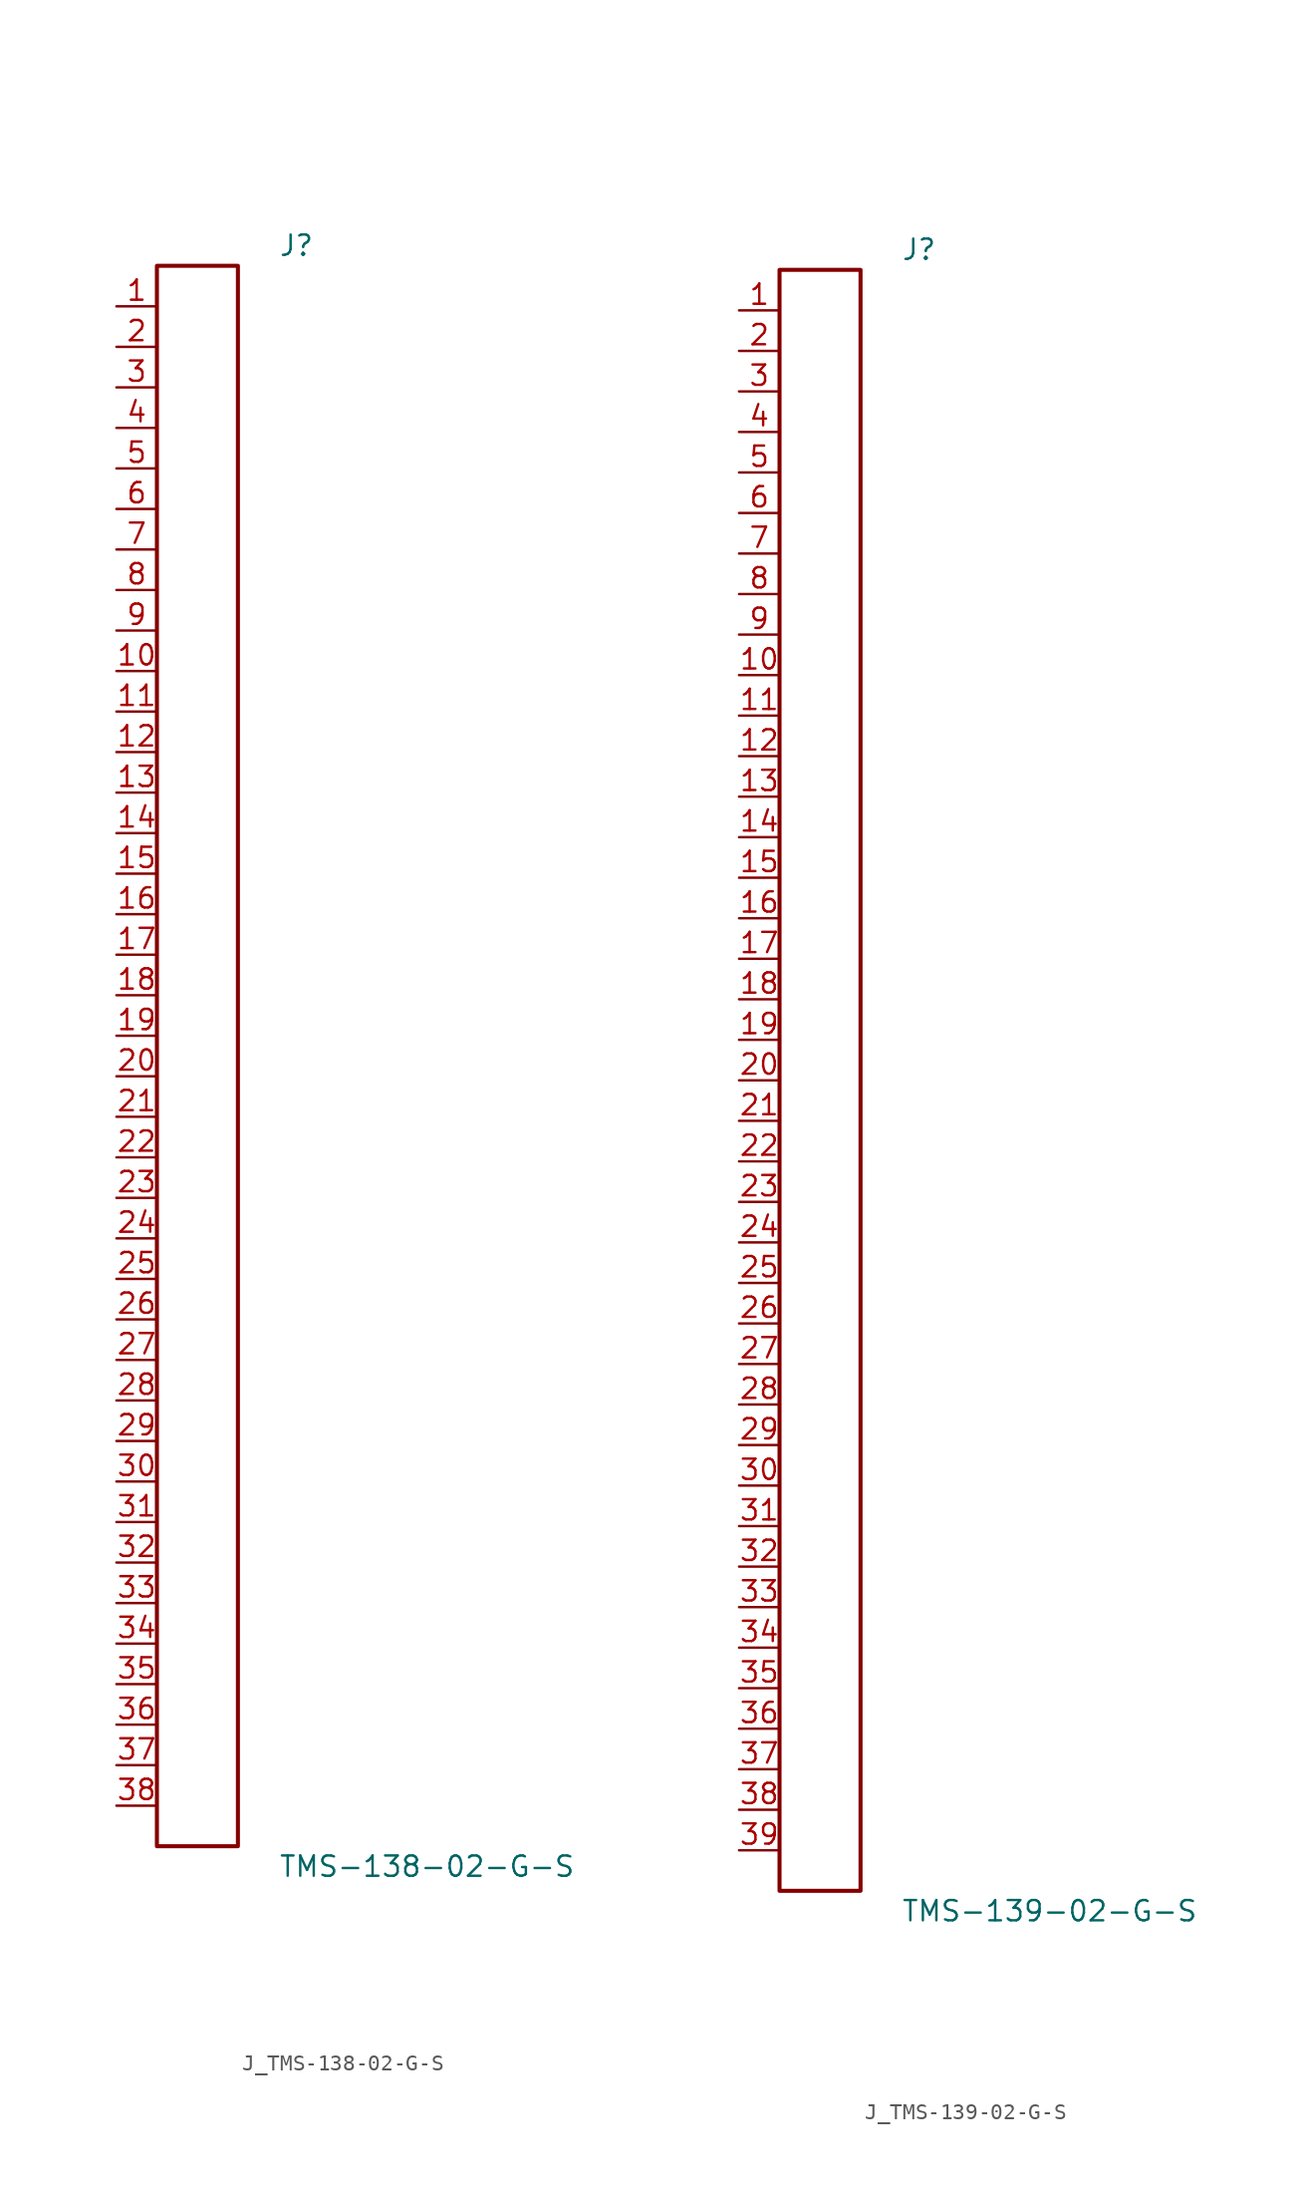
<source format=kicad_sym>
(kicad_symbol_lib
  (version 20231120)
  (generator kicad_symbol_editor)
  (generator_version 8.0)
  (symbol "J_TMS-138-02-G-S"
    (pin_names
      (offset 0.254))
    (property "Reference" "J"
      (at 5.08 50.8 0)
      (effects (font (size 1.27 1.27)) (justify left)))
    (property "Value" "TMS-138-02-G-S"
      (at 5.08 -50.8 0)
      (effects (font (size 1.27 1.27)) (justify left)))
    (symbol "J_TMS-138-02-G-S_0_0"
      (pin passive line (at -5.08 46.99 0) (length 2.54) (name "" (effects (font (size 1.27 1.27)))) (number "1" (effects (font (size 1.27 1.27)))))
      (pin passive line (at -5.08 44.45 0) (length 2.54) (name "" (effects (font (size 1.27 1.27)))) (number "2" (effects (font (size 1.27 1.27)))))
      (pin passive line (at -5.08 41.91 0) (length 2.54) (name "" (effects (font (size 1.27 1.27)))) (number "3" (effects (font (size 1.27 1.27)))))
      (pin passive line (at -5.08 39.37 0) (length 2.54) (name "" (effects (font (size 1.27 1.27)))) (number "4" (effects (font (size 1.27 1.27)))))
      (pin passive line (at -5.08 36.83 0) (length 2.54) (name "" (effects (font (size 1.27 1.27)))) (number "5" (effects (font (size 1.27 1.27)))))
      (pin passive line (at -5.08 34.29 0) (length 2.54) (name "" (effects (font (size 1.27 1.27)))) (number "6" (effects (font (size 1.27 1.27)))))
      (pin passive line (at -5.08 31.75 0) (length 2.54) (name "" (effects (font (size 1.27 1.27)))) (number "7" (effects (font (size 1.27 1.27)))))
      (pin passive line (at -5.08 29.21 0) (length 2.54) (name "" (effects (font (size 1.27 1.27)))) (number "8" (effects (font (size 1.27 1.27)))))
      (pin passive line (at -5.08 26.67 0) (length 2.54) (name "" (effects (font (size 1.27 1.27)))) (number "9" (effects (font (size 1.27 1.27)))))
      (pin passive line (at -5.08 24.13 0) (length 2.54) (name "" (effects (font (size 1.27 1.27)))) (number "10" (effects (font (size 1.27 1.27)))))
      (pin passive line (at -5.08 21.59 0) (length 2.54) (name "" (effects (font (size 1.27 1.27)))) (number "11" (effects (font (size 1.27 1.27)))))
      (pin passive line (at -5.08 19.05 0) (length 2.54) (name "" (effects (font (size 1.27 1.27)))) (number "12" (effects (font (size 1.27 1.27)))))
      (pin passive line (at -5.08 16.51 0) (length 2.54) (name "" (effects (font (size 1.27 1.27)))) (number "13" (effects (font (size 1.27 1.27)))))
      (pin passive line (at -5.08 13.97 0) (length 2.54) (name "" (effects (font (size 1.27 1.27)))) (number "14" (effects (font (size 1.27 1.27)))))
      (pin passive line (at -5.08 11.43 0) (length 2.54) (name "" (effects (font (size 1.27 1.27)))) (number "15" (effects (font (size 1.27 1.27)))))
      (pin passive line (at -5.08 8.89 0) (length 2.54) (name "" (effects (font (size 1.27 1.27)))) (number "16" (effects (font (size 1.27 1.27)))))
      (pin passive line (at -5.08 6.35 0) (length 2.54) (name "" (effects (font (size 1.27 1.27)))) (number "17" (effects (font (size 1.27 1.27)))))
      (pin passive line (at -5.08 3.81 0) (length 2.54) (name "" (effects (font (size 1.27 1.27)))) (number "18" (effects (font (size 1.27 1.27)))))
      (pin passive line (at -5.08 1.27 0) (length 2.54) (name "" (effects (font (size 1.27 1.27)))) (number "19" (effects (font (size 1.27 1.27)))))
      (pin passive line (at -5.08 -1.27 0) (length 2.54) (name "" (effects (font (size 1.27 1.27)))) (number "20" (effects (font (size 1.27 1.27)))))
      (pin passive line (at -5.08 -3.81 0) (length 2.54) (name "" (effects (font (size 1.27 1.27)))) (number "21" (effects (font (size 1.27 1.27)))))
      (pin passive line (at -5.08 -6.35 0) (length 2.54) (name "" (effects (font (size 1.27 1.27)))) (number "22" (effects (font (size 1.27 1.27)))))
      (pin passive line (at -5.08 -8.89 0) (length 2.54) (name "" (effects (font (size 1.27 1.27)))) (number "23" (effects (font (size 1.27 1.27)))))
      (pin passive line (at -5.08 -11.43 0) (length 2.54) (name "" (effects (font (size 1.27 1.27)))) (number "24" (effects (font (size 1.27 1.27)))))
      (pin passive line (at -5.08 -13.97 0) (length 2.54) (name "" (effects (font (size 1.27 1.27)))) (number "25" (effects (font (size 1.27 1.27)))))
      (pin passive line (at -5.08 -16.51 0) (length 2.54) (name "" (effects (font (size 1.27 1.27)))) (number "26" (effects (font (size 1.27 1.27)))))
      (pin passive line (at -5.08 -19.05 0) (length 2.54) (name "" (effects (font (size 1.27 1.27)))) (number "27" (effects (font (size 1.27 1.27)))))
      (pin passive line (at -5.08 -21.59 0) (length 2.54) (name "" (effects (font (size 1.27 1.27)))) (number "28" (effects (font (size 1.27 1.27)))))
      (pin passive line (at -5.08 -24.13 0) (length 2.54) (name "" (effects (font (size 1.27 1.27)))) (number "29" (effects (font (size 1.27 1.27)))))
      (pin passive line (at -5.08 -26.67 0) (length 2.54) (name "" (effects (font (size 1.27 1.27)))) (number "30" (effects (font (size 1.27 1.27)))))
      (pin passive line (at -5.08 -29.21 0) (length 2.54) (name "" (effects (font (size 1.27 1.27)))) (number "31" (effects (font (size 1.27 1.27)))))
      (pin passive line (at -5.08 -31.75 0) (length 2.54) (name "" (effects (font (size 1.27 1.27)))) (number "32" (effects (font (size 1.27 1.27)))))
      (pin passive line (at -5.08 -34.29 0) (length 2.54) (name "" (effects (font (size 1.27 1.27)))) (number "33" (effects (font (size 1.27 1.27)))))
      (pin passive line (at -5.08 -36.83 0) (length 2.54) (name "" (effects (font (size 1.27 1.27)))) (number "34" (effects (font (size 1.27 1.27)))))
      (pin passive line (at -5.08 -39.37 0) (length 2.54) (name "" (effects (font (size 1.27 1.27)))) (number "35" (effects (font (size 1.27 1.27)))))
      (pin passive line (at -5.08 -41.91 0) (length 2.54) (name "" (effects (font (size 1.27 1.27)))) (number "36" (effects (font (size 1.27 1.27)))))
      (pin passive line (at -5.08 -44.45 0) (length 2.54) (name "" (effects (font (size 1.27 1.27)))) (number "37" (effects (font (size 1.27 1.27)))))
      (pin passive line (at -5.08 -46.99 0) (length 2.54) (name "" (effects (font (size 1.27 1.27)))) (number "38" (effects (font (size 1.27 1.27))))))
    (symbol "J_TMS-138-02-G-S_1_0"
      (rectangle (start -2.54 49.53) (end 2.54 -49.53) (stroke (width 0.254) (type solid)) (fill (type none)))))
  (symbol "J_TMS-139-02-G-S"
    (pin_names
      (offset 0.254))
    (property "Reference" "J"
      (at 5.08 52.07 0)
      (effects (font (size 1.27 1.27)) (justify left)))
    (property "Value" "TMS-139-02-G-S"
      (at 5.08 -52.07 0)
      (effects (font (size 1.27 1.27)) (justify left)))
    (symbol "J_TMS-139-02-G-S_0_0"
      (pin passive line (at -5.08 48.26 0) (length 2.54) (name "" (effects (font (size 1.27 1.27)))) (number "1" (effects (font (size 1.27 1.27)))))
      (pin passive line (at -5.08 45.72 0) (length 2.54) (name "" (effects (font (size 1.27 1.27)))) (number "2" (effects (font (size 1.27 1.27)))))
      (pin passive line (at -5.08 43.18 0) (length 2.54) (name "" (effects (font (size 1.27 1.27)))) (number "3" (effects (font (size 1.27 1.27)))))
      (pin passive line (at -5.08 40.64 0) (length 2.54) (name "" (effects (font (size 1.27 1.27)))) (number "4" (effects (font (size 1.27 1.27)))))
      (pin passive line (at -5.08 38.1 0) (length 2.54) (name "" (effects (font (size 1.27 1.27)))) (number "5" (effects (font (size 1.27 1.27)))))
      (pin passive line (at -5.08 35.56 0) (length 2.54) (name "" (effects (font (size 1.27 1.27)))) (number "6" (effects (font (size 1.27 1.27)))))
      (pin passive line (at -5.08 33.02 0) (length 2.54) (name "" (effects (font (size 1.27 1.27)))) (number "7" (effects (font (size 1.27 1.27)))))
      (pin passive line (at -5.08 30.48 0) (length 2.54) (name "" (effects (font (size 1.27 1.27)))) (number "8" (effects (font (size 1.27 1.27)))))
      (pin passive line (at -5.08 27.94 0) (length 2.54) (name "" (effects (font (size 1.27 1.27)))) (number "9" (effects (font (size 1.27 1.27)))))
      (pin passive line (at -5.08 25.4 0) (length 2.54) (name "" (effects (font (size 1.27 1.27)))) (number "10" (effects (font (size 1.27 1.27)))))
      (pin passive line (at -5.08 22.86 0) (length 2.54) (name "" (effects (font (size 1.27 1.27)))) (number "11" (effects (font (size 1.27 1.27)))))
      (pin passive line (at -5.08 20.32 0) (length 2.54) (name "" (effects (font (size 1.27 1.27)))) (number "12" (effects (font (size 1.27 1.27)))))
      (pin passive line (at -5.08 17.78 0) (length 2.54) (name "" (effects (font (size 1.27 1.27)))) (number "13" (effects (font (size 1.27 1.27)))))
      (pin passive line (at -5.08 15.24 0) (length 2.54) (name "" (effects (font (size 1.27 1.27)))) (number "14" (effects (font (size 1.27 1.27)))))
      (pin passive line (at -5.08 12.7 0) (length 2.54) (name "" (effects (font (size 1.27 1.27)))) (number "15" (effects (font (size 1.27 1.27)))))
      (pin passive line (at -5.08 10.16 0) (length 2.54) (name "" (effects (font (size 1.27 1.27)))) (number "16" (effects (font (size 1.27 1.27)))))
      (pin passive line (at -5.08 7.62 0) (length 2.54) (name "" (effects (font (size 1.27 1.27)))) (number "17" (effects (font (size 1.27 1.27)))))
      (pin passive line (at -5.08 5.08 0) (length 2.54) (name "" (effects (font (size 1.27 1.27)))) (number "18" (effects (font (size 1.27 1.27)))))
      (pin passive line (at -5.08 2.54 0) (length 2.54) (name "" (effects (font (size 1.27 1.27)))) (number "19" (effects (font (size 1.27 1.27)))))
      (pin passive line (at -5.08 0.0 0) (length 2.54) (name "" (effects (font (size 1.27 1.27)))) (number "20" (effects (font (size 1.27 1.27)))))
      (pin passive line (at -5.08 -2.54 0) (length 2.54) (name "" (effects (font (size 1.27 1.27)))) (number "21" (effects (font (size 1.27 1.27)))))
      (pin passive line (at -5.08 -5.08 0) (length 2.54) (name "" (effects (font (size 1.27 1.27)))) (number "22" (effects (font (size 1.27 1.27)))))
      (pin passive line (at -5.08 -7.62 0) (length 2.54) (name "" (effects (font (size 1.27 1.27)))) (number "23" (effects (font (size 1.27 1.27)))))
      (pin passive line (at -5.08 -10.16 0) (length 2.54) (name "" (effects (font (size 1.27 1.27)))) (number "24" (effects (font (size 1.27 1.27)))))
      (pin passive line (at -5.08 -12.7 0) (length 2.54) (name "" (effects (font (size 1.27 1.27)))) (number "25" (effects (font (size 1.27 1.27)))))
      (pin passive line (at -5.08 -15.24 0) (length 2.54) (name "" (effects (font (size 1.27 1.27)))) (number "26" (effects (font (size 1.27 1.27)))))
      (pin passive line (at -5.08 -17.78 0) (length 2.54) (name "" (effects (font (size 1.27 1.27)))) (number "27" (effects (font (size 1.27 1.27)))))
      (pin passive line (at -5.08 -20.32 0) (length 2.54) (name "" (effects (font (size 1.27 1.27)))) (number "28" (effects (font (size 1.27 1.27)))))
      (pin passive line (at -5.08 -22.86 0) (length 2.54) (name "" (effects (font (size 1.27 1.27)))) (number "29" (effects (font (size 1.27 1.27)))))
      (pin passive line (at -5.08 -25.4 0) (length 2.54) (name "" (effects (font (size 1.27 1.27)))) (number "30" (effects (font (size 1.27 1.27)))))
      (pin passive line (at -5.08 -27.94 0) (length 2.54) (name "" (effects (font (size 1.27 1.27)))) (number "31" (effects (font (size 1.27 1.27)))))
      (pin passive line (at -5.08 -30.48 0) (length 2.54) (name "" (effects (font (size 1.27 1.27)))) (number "32" (effects (font (size 1.27 1.27)))))
      (pin passive line (at -5.08 -33.02 0) (length 2.54) (name "" (effects (font (size 1.27 1.27)))) (number "33" (effects (font (size 1.27 1.27)))))
      (pin passive line (at -5.08 -35.56 0) (length 2.54) (name "" (effects (font (size 1.27 1.27)))) (number "34" (effects (font (size 1.27 1.27)))))
      (pin passive line (at -5.08 -38.1 0) (length 2.54) (name "" (effects (font (size 1.27 1.27)))) (number "35" (effects (font (size 1.27 1.27)))))
      (pin passive line (at -5.08 -40.64 0) (length 2.54) (name "" (effects (font (size 1.27 1.27)))) (number "36" (effects (font (size 1.27 1.27)))))
      (pin passive line (at -5.08 -43.18 0) (length 2.54) (name "" (effects (font (size 1.27 1.27)))) (number "37" (effects (font (size 1.27 1.27)))))
      (pin passive line (at -5.08 -45.72 0) (length 2.54) (name "" (effects (font (size 1.27 1.27)))) (number "38" (effects (font (size 1.27 1.27)))))
      (pin passive line (at -5.08 -48.26 0) (length 2.54) (name "" (effects (font (size 1.27 1.27)))) (number "39" (effects (font (size 1.27 1.27))))))
    (symbol "J_TMS-139-02-G-S_1_0"
      (rectangle (start -2.54 50.8) (end 2.54 -50.8) (stroke (width 0.254) (type solid)) (fill (type none))))))
</source>
